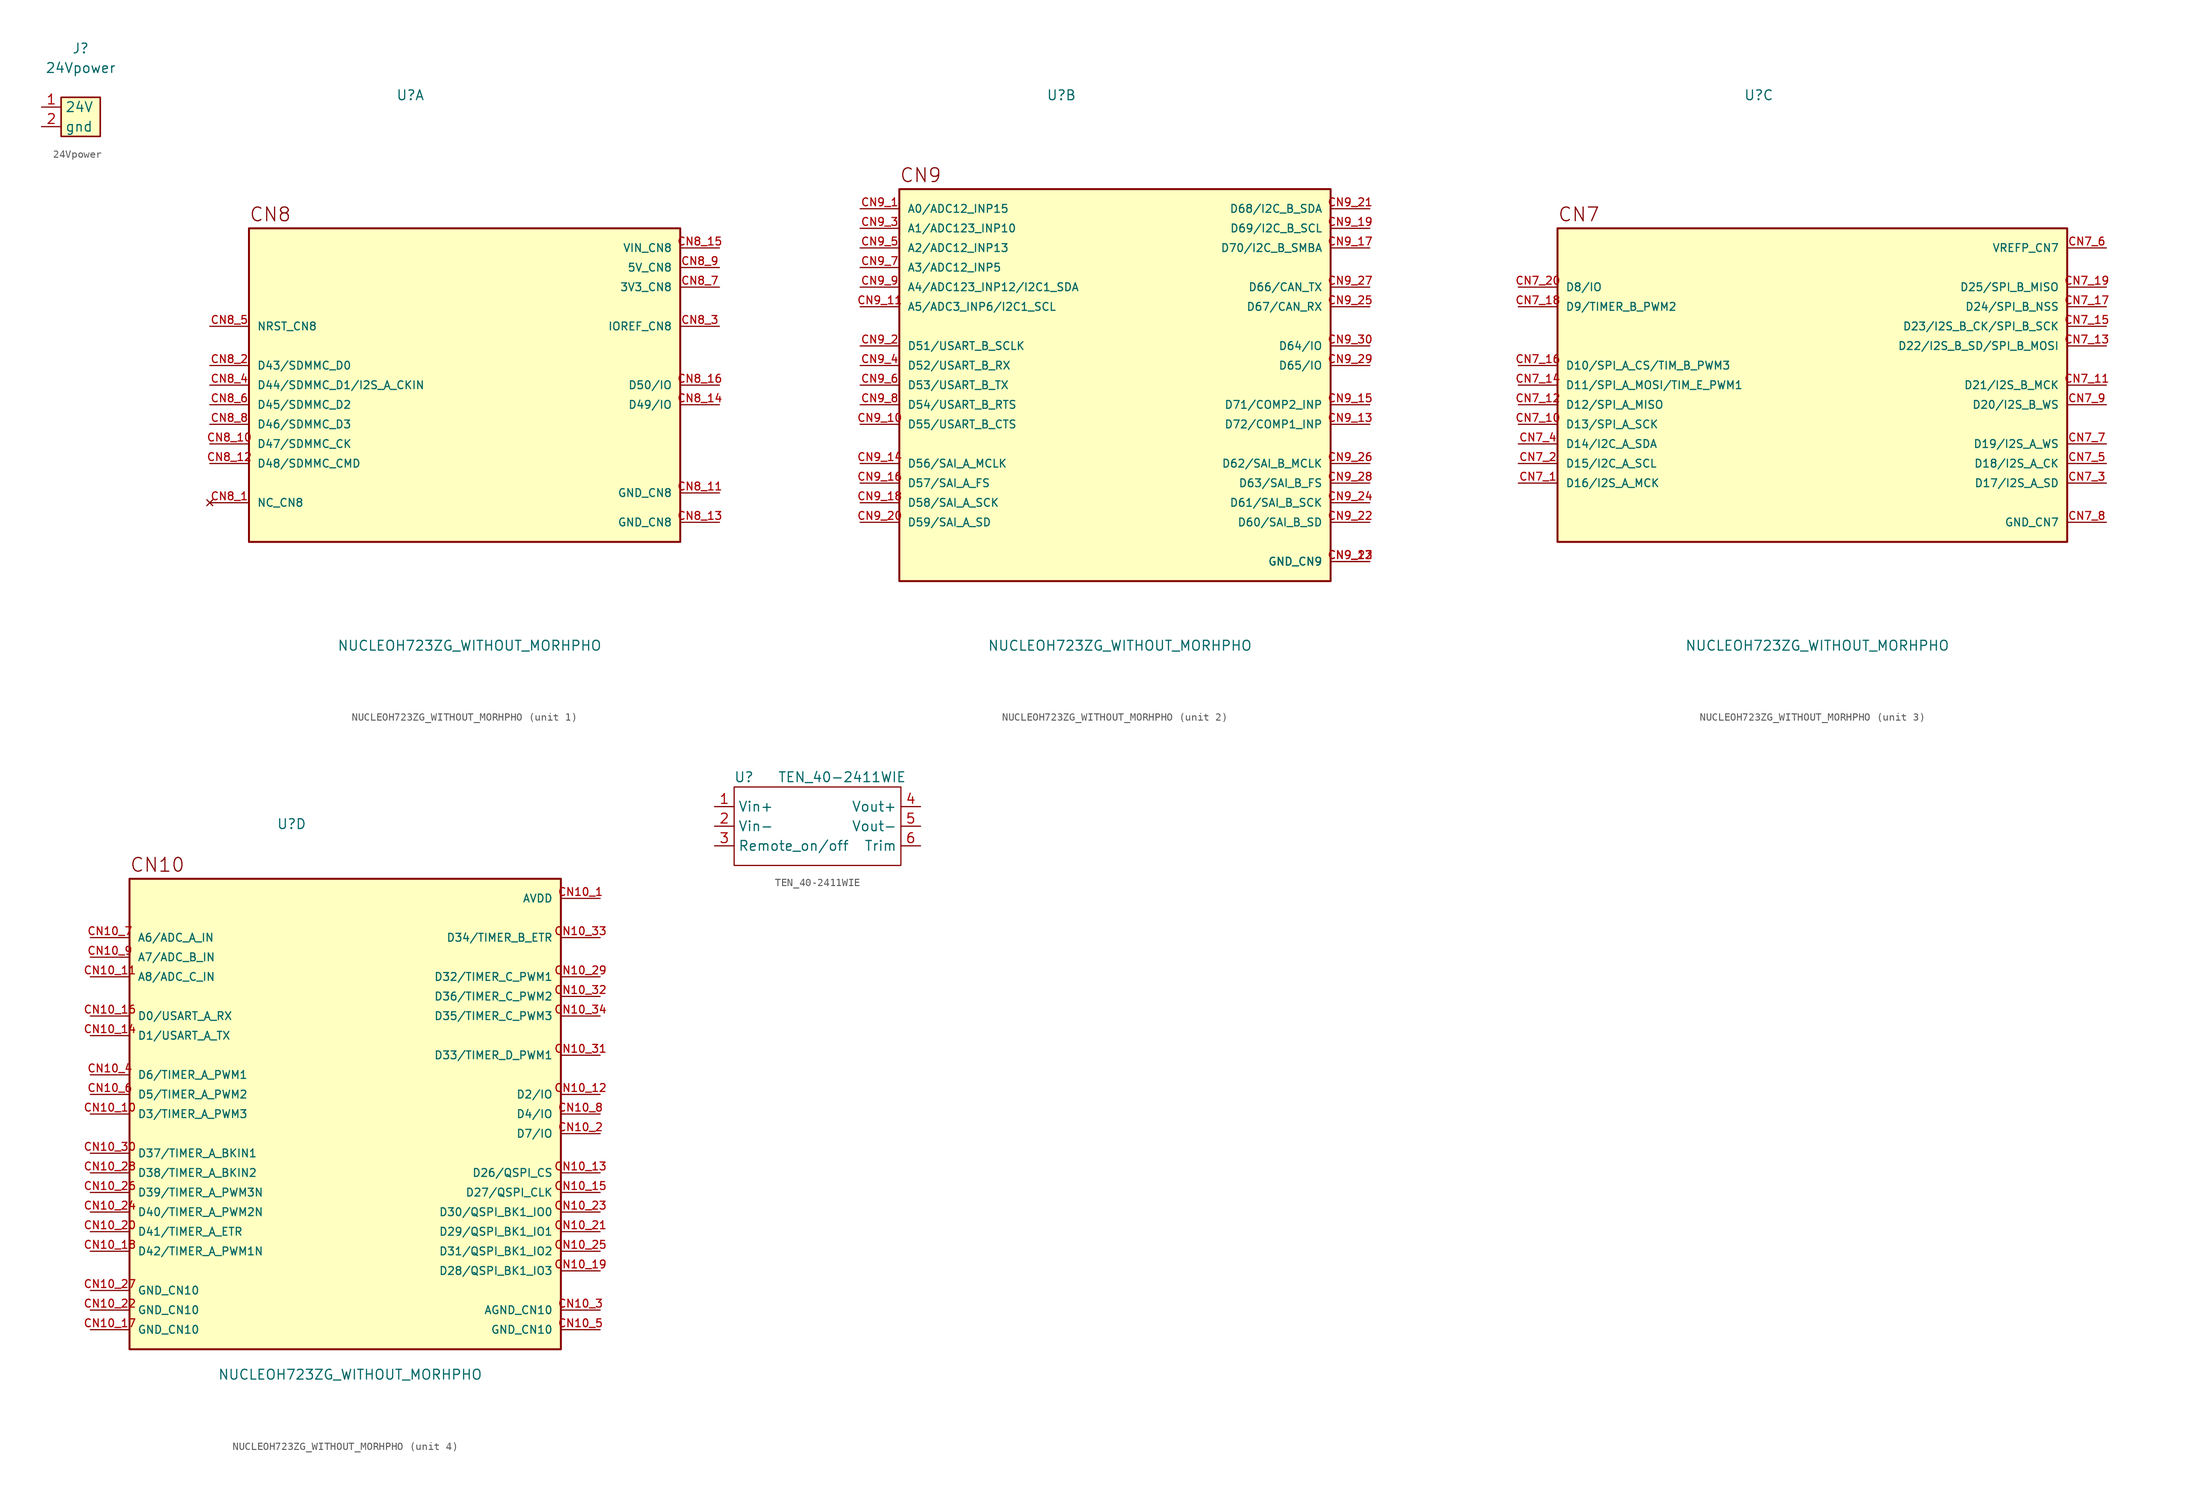
<source format=kicad_sym>
(kicad_symbol_lib
  (version 20220914)
  (generator kicad_symbol_editor)
  (symbol "24Vpower"
    (property "Reference" "J"
      (at 0 8.89 0)
      (effects (font (size 1.27 1.27))))
    (property "Value" "24Vpower"
      (at 0 6.35 0)
      (effects (font (size 1.27 1.27))))
    (symbol "24Vpower_1_1"
      (rectangle (start -2.54 2.54) (end 2.54 -2.54) (stroke (width 0.2) (type default)) (fill (type background)))
      (pin power_out line (at -5.08 1.27 0) (length 2.54) (name "24V" (effects (font (size 1.27 1.27)))) (number "1" (effects (font (size 1.27 1.27)))))
      (pin passive line (at -5.08 -1.27 0) (length 2.54) (name "gnd" (effects (font (size 1.27 1.27)))) (number "2" (effects (font (size 1.27 1.27)))))))
  (symbol "NUCLEOH723ZG_WITHOUT_MORHPHO"
    (pin_names
      (offset 1.016))
    (property "Reference" "U"
      (at -8.89 36.83 0)
      (effects (font (size 1.27 1.27)) (justify left bottom)))
    (property "Value" "NUCLEOH723ZG_WITHOUT_MORHPHO"
      (at -16.51 -33.02 0)
      (effects (font (size 1.27 1.27)) (justify left top)))
    (symbol "NUCLEOH723ZG_WITHOUT_MORHPHO_1_0"
      (unit_name "CN8")
      (rectangle (start -27.94 -20.32) (end 27.94 20.32) (stroke (width 0.254) (type default)) (fill (type background)))
      (text "CN8" (at -27.94 21.082 0) (effects (font (size 1.778 1.778)) (justify left bottom)))
      (pin no_connect line (at -33.02 -15.24 0) (length 5.08) (name "NC_CN8" (effects (font (size 1.016 1.016)))) (number "CN8_1" (effects (font (size 1.016 1.016)))))
      (pin bidirectional line (at -33.02 -7.62 0) (length 5.08) (name "D47/SDMMC_CK" (effects (font (size 1.016 1.016)))) (number "CN8_10" (effects (font (size 1.016 1.016)))))
      (pin power_in line (at 33.02 -13.97 180) (length 5.08) (name "GND_CN8" (effects (font (size 1.016 1.016)))) (number "CN8_11" (effects (font (size 1.016 1.016)))))
      (pin bidirectional line (at -33.02 -10.16 0) (length 5.08) (name "D48/SDMMC_CMD" (effects (font (size 1.016 1.016)))) (number "CN8_12" (effects (font (size 1.016 1.016)))))
      (pin power_in line (at 33.02 -17.78 180) (length 5.08) (name "GND_CN8" (effects (font (size 1.016 1.016)))) (number "CN8_13" (effects (font (size 1.016 1.016)))))
      (pin bidirectional line (at 33.02 -2.54 180) (length 5.08) (name "D49/IO" (effects (font (size 1.016 1.016)))) (number "CN8_14" (effects (font (size 1.016 1.016)))))
      (pin power_in line (at 33.02 17.78 180) (length 5.08) (name "VIN_CN8" (effects (font (size 1.016 1.016)))) (number "CN8_15" (effects (font (size 1.016 1.016)))))
      (pin bidirectional line (at 33.02 0 180) (length 5.08) (name "D50/IO" (effects (font (size 1.016 1.016)))) (number "CN8_16" (effects (font (size 1.016 1.016)))))
      (pin bidirectional line (at -33.02 2.54 0) (length 5.08) (name "D43/SDMMC_D0" (effects (font (size 1.016 1.016)))) (number "CN8_2" (effects (font (size 1.016 1.016)))))
      (pin bidirectional line (at 33.02 7.62 180) (length 5.08) (name "IOREF_CN8" (effects (font (size 1.016 1.016)))) (number "CN8_3" (effects (font (size 1.016 1.016)))))
      (pin bidirectional line (at -33.02 0 0) (length 5.08) (name "D44/SDMMC_D1/I2S_A_CKIN" (effects (font (size 1.016 1.016)))) (number "CN8_4" (effects (font (size 1.016 1.016)))))
      (pin input line (at -33.02 7.62 0) (length 5.08) (name "NRST_CN8" (effects (font (size 1.016 1.016)))) (number "CN8_5" (effects (font (size 1.016 1.016)))))
      (pin bidirectional line (at -33.02 -2.54 0) (length 5.08) (name "D45/SDMMC_D2" (effects (font (size 1.016 1.016)))) (number "CN8_6" (effects (font (size 1.016 1.016)))))
      (pin power_in line (at 33.02 12.7 180) (length 5.08) (name "3V3_CN8" (effects (font (size 1.016 1.016)))) (number "CN8_7" (effects (font (size 1.016 1.016)))))
      (pin bidirectional line (at -33.02 -5.08 0) (length 5.08) (name "D46/SDMMC_D3" (effects (font (size 1.016 1.016)))) (number "CN8_8" (effects (font (size 1.016 1.016)))))
      (pin power_in line (at 33.02 15.24 180) (length 5.08) (name "5V_CN8" (effects (font (size 1.016 1.016)))) (number "CN8_9" (effects (font (size 1.016 1.016))))))
    (symbol "NUCLEOH723ZG_WITHOUT_MORHPHO_2_0"
      (unit_name "CN9")
      (rectangle (start -27.94 -25.4) (end 27.94 25.4) (stroke (width 0.254) (type default)) (fill (type background)))
      (text "CN9" (at -27.94 26.162 0) (effects (font (size 1.778 1.778)) (justify left bottom)))
      (pin input line (at -33.02 22.86 0) (length 5.08) (name "A0/ADC12_INP15" (effects (font (size 1.016 1.016)))) (number "CN9_1" (effects (font (size 1.016 1.016)))))
      (pin bidirectional line (at -33.02 -5.08 0) (length 5.08) (name "D55/USART_B_CTS" (effects (font (size 1.016 1.016)))) (number "CN9_10" (effects (font (size 1.016 1.016)))))
      (pin input line (at -33.02 10.16 0) (length 5.08) (name "A5/ADC3_INP6/I2C1_SCL" (effects (font (size 1.016 1.016)))) (number "CN9_11" (effects (font (size 1.016 1.016)))))
      (pin power_in line (at 33.02 -22.86 180) (length 5.08) (name "GND_CN9" (effects (font (size 1.016 1.016)))) (number "CN9_12" (effects (font (size 1.016 1.016)))))
      (pin bidirectional line (at 33.02 -5.08 180) (length 5.08) (name "D72/COMP1_INP" (effects (font (size 1.016 1.016)))) (number "CN9_13" (effects (font (size 1.016 1.016)))))
      (pin bidirectional line (at -33.02 -10.16 0) (length 5.08) (name "D56/SAI_A_MCLK" (effects (font (size 1.016 1.016)))) (number "CN9_14" (effects (font (size 1.016 1.016)))))
      (pin bidirectional line (at 33.02 -2.54 180) (length 5.08) (name "D71/COMP2_INP" (effects (font (size 1.016 1.016)))) (number "CN9_15" (effects (font (size 1.016 1.016)))))
      (pin bidirectional line (at -33.02 -12.7 0) (length 5.08) (name "D57/SAI_A_FS" (effects (font (size 1.016 1.016)))) (number "CN9_16" (effects (font (size 1.016 1.016)))))
      (pin bidirectional line (at 33.02 17.78 180) (length 5.08) (name "D70/I2C_B_SMBA" (effects (font (size 1.016 1.016)))) (number "CN9_17" (effects (font (size 1.016 1.016)))))
      (pin bidirectional line (at -33.02 -15.24 0) (length 5.08) (name "D58/SAI_A_SCK" (effects (font (size 1.016 1.016)))) (number "CN9_18" (effects (font (size 1.016 1.016)))))
      (pin bidirectional line (at 33.02 20.32 180) (length 5.08) (name "D69/I2C_B_SCL" (effects (font (size 1.016 1.016)))) (number "CN9_19" (effects (font (size 1.016 1.016)))))
      (pin bidirectional line (at -33.02 5.08 0) (length 5.08) (name "D51/USART_B_SCLK" (effects (font (size 1.016 1.016)))) (number "CN9_2" (effects (font (size 1.016 1.016)))))
      (pin bidirectional line (at -33.02 -17.78 0) (length 5.08) (name "D59/SAI_A_SD" (effects (font (size 1.016 1.016)))) (number "CN9_20" (effects (font (size 1.016 1.016)))))
      (pin bidirectional line (at 33.02 22.86 180) (length 5.08) (name "D68/I2C_B_SDA" (effects (font (size 1.016 1.016)))) (number "CN9_21" (effects (font (size 1.016 1.016)))))
      (pin bidirectional line (at 33.02 -17.78 180) (length 5.08) (name "D60/SAI_B_SD" (effects (font (size 1.016 1.016)))) (number "CN9_22" (effects (font (size 1.016 1.016)))))
      (pin power_in line (at 33.02 -22.86 180) (length 5.08) (name "GND_CN9" (effects (font (size 1.016 1.016)))) (number "CN9_23" (effects (font (size 1.016 1.016)))))
      (pin bidirectional line (at 33.02 -15.24 180) (length 5.08) (name "D61/SAI_B_SCK" (effects (font (size 1.016 1.016)))) (number "CN9_24" (effects (font (size 1.016 1.016)))))
      (pin input line (at 33.02 10.16 180) (length 5.08) (name "D67/CAN_RX" (effects (font (size 1.016 1.016)))) (number "CN9_25" (effects (font (size 1.016 1.016)))))
      (pin bidirectional line (at 33.02 -10.16 180) (length 5.08) (name "D62/SAI_B_MCLK" (effects (font (size 1.016 1.016)))) (number "CN9_26" (effects (font (size 1.016 1.016)))))
      (pin output line (at 33.02 12.7 180) (length 5.08) (name "D66/CAN_TX" (effects (font (size 1.016 1.016)))) (number "CN9_27" (effects (font (size 1.016 1.016)))))
      (pin bidirectional line (at 33.02 -12.7 180) (length 5.08) (name "D63/SAI_B_FS" (effects (font (size 1.016 1.016)))) (number "CN9_28" (effects (font (size 1.016 1.016)))))
      (pin bidirectional line (at 33.02 2.54 180) (length 5.08) (name "D65/IO" (effects (font (size 1.016 1.016)))) (number "CN9_29" (effects (font (size 1.016 1.016)))))
      (pin input line (at -33.02 20.32 0) (length 5.08) (name "A1/ADC123_INP10" (effects (font (size 1.016 1.016)))) (number "CN9_3" (effects (font (size 1.016 1.016)))))
      (pin bidirectional line (at 33.02 5.08 180) (length 5.08) (name "D64/IO" (effects (font (size 1.016 1.016)))) (number "CN9_30" (effects (font (size 1.016 1.016)))))
      (pin bidirectional line (at -33.02 2.54 0) (length 5.08) (name "D52/USART_B_RX" (effects (font (size 1.016 1.016)))) (number "CN9_4" (effects (font (size 1.016 1.016)))))
      (pin input line (at -33.02 17.78 0) (length 5.08) (name "A2/ADC12_INP13" (effects (font (size 1.016 1.016)))) (number "CN9_5" (effects (font (size 1.016 1.016)))))
      (pin bidirectional line (at -33.02 0 0) (length 5.08) (name "D53/USART_B_TX" (effects (font (size 1.016 1.016)))) (number "CN9_6" (effects (font (size 1.016 1.016)))))
      (pin input line (at -33.02 15.24 0) (length 5.08) (name "A3/ADC12_INP5" (effects (font (size 1.016 1.016)))) (number "CN9_7" (effects (font (size 1.016 1.016)))))
      (pin bidirectional line (at -33.02 -2.54 0) (length 5.08) (name "D54/USART_B_RTS" (effects (font (size 1.016 1.016)))) (number "CN9_8" (effects (font (size 1.016 1.016)))))
      (pin input line (at -33.02 12.7 0) (length 5.08) (name "A4/ADC123_INP12/I2C1_SDA" (effects (font (size 1.016 1.016)))) (number "CN9_9" (effects (font (size 1.016 1.016))))))
    (symbol "NUCLEOH723ZG_WITHOUT_MORHPHO_3_0"
      (unit_name "CN7")
      (rectangle (start -33.02 -20.32) (end 33.02 20.32) (stroke (width 0.254) (type default)) (fill (type background)))
      (text "CN7" (at -33.02 21.082 0) (effects (font (size 1.778 1.778)) (justify left bottom)))
      (pin bidirectional line (at -38.1 -12.7 0) (length 5.08) (name "D16/I2S_A_MCK" (effects (font (size 1.016 1.016)))) (number "CN7_1" (effects (font (size 1.016 1.016)))))
      (pin bidirectional line (at -38.1 -5.08 0) (length 5.08) (name "D13/SPI_A_SCK" (effects (font (size 1.016 1.016)))) (number "CN7_10" (effects (font (size 1.016 1.016)))))
      (pin bidirectional line (at 38.1 0 180) (length 5.08) (name "D21/I2S_B_MCK" (effects (font (size 1.016 1.016)))) (number "CN7_11" (effects (font (size 1.016 1.016)))))
      (pin bidirectional line (at -38.1 -2.54 0) (length 5.08) (name "D12/SPI_A_MISO" (effects (font (size 1.016 1.016)))) (number "CN7_12" (effects (font (size 1.016 1.016)))))
      (pin bidirectional line (at 38.1 5.08 180) (length 5.08) (name "D22/I2S_B_SD/SPI_B_MOSI" (effects (font (size 1.016 1.016)))) (number "CN7_13" (effects (font (size 1.016 1.016)))))
      (pin bidirectional line (at -38.1 0 0) (length 5.08) (name "D11/SPI_A_MOSI/TIM_E_PWM1" (effects (font (size 1.016 1.016)))) (number "CN7_14" (effects (font (size 1.016 1.016)))))
      (pin bidirectional line (at 38.1 7.62 180) (length 5.08) (name "D23/I2S_B_CK/SPI_B_SCK" (effects (font (size 1.016 1.016)))) (number "CN7_15" (effects (font (size 1.016 1.016)))))
      (pin bidirectional line (at -38.1 2.54 0) (length 5.08) (name "D10/SPI_A_CS/TIM_B_PWM3" (effects (font (size 1.016 1.016)))) (number "CN7_16" (effects (font (size 1.016 1.016)))))
      (pin bidirectional line (at 38.1 10.16 180) (length 5.08) (name "D24/SPI_B_NSS" (effects (font (size 1.016 1.016)))) (number "CN7_17" (effects (font (size 1.016 1.016)))))
      (pin bidirectional line (at -38.1 10.16 0) (length 5.08) (name "D9/TIMER_B_PWM2" (effects (font (size 1.016 1.016)))) (number "CN7_18" (effects (font (size 1.016 1.016)))))
      (pin bidirectional line (at 38.1 12.7 180) (length 5.08) (name "D25/SPI_B_MISO" (effects (font (size 1.016 1.016)))) (number "CN7_19" (effects (font (size 1.016 1.016)))))
      (pin bidirectional line (at -38.1 -10.16 0) (length 5.08) (name "D15/I2C_A_SCL" (effects (font (size 1.016 1.016)))) (number "CN7_2" (effects (font (size 1.016 1.016)))))
      (pin bidirectional line (at -38.1 12.7 0) (length 5.08) (name "D8/IO" (effects (font (size 1.016 1.016)))) (number "CN7_20" (effects (font (size 1.016 1.016)))))
      (pin bidirectional line (at 38.1 -12.7 180) (length 5.08) (name "D17/I2S_A_SD" (effects (font (size 1.016 1.016)))) (number "CN7_3" (effects (font (size 1.016 1.016)))))
      (pin bidirectional line (at -38.1 -7.62 0) (length 5.08) (name "D14/I2C_A_SDA" (effects (font (size 1.016 1.016)))) (number "CN7_4" (effects (font (size 1.016 1.016)))))
      (pin bidirectional line (at 38.1 -10.16 180) (length 5.08) (name "D18/I2S_A_CK" (effects (font (size 1.016 1.016)))) (number "CN7_5" (effects (font (size 1.016 1.016)))))
      (pin power_in line (at 38.1 17.78 180) (length 5.08) (name "VREFP_CN7" (effects (font (size 1.016 1.016)))) (number "CN7_6" (effects (font (size 1.016 1.016)))))
      (pin bidirectional line (at 38.1 -7.62 180) (length 5.08) (name "D19/I2S_A_WS" (effects (font (size 1.016 1.016)))) (number "CN7_7" (effects (font (size 1.016 1.016)))))
      (pin power_in line (at 38.1 -17.78 180) (length 5.08) (name "GND_CN7" (effects (font (size 1.016 1.016)))) (number "CN7_8" (effects (font (size 1.016 1.016)))))
      (pin bidirectional line (at 38.1 -2.54 180) (length 5.08) (name "D20/I2S_B_WS" (effects (font (size 1.016 1.016)))) (number "CN7_9" (effects (font (size 1.016 1.016))))))
    (symbol "NUCLEOH723ZG_WITHOUT_MORHPHO_4_0"
      (unit_name "CN10")
      (rectangle (start -27.94 -30.48) (end 27.94 30.48) (stroke (width 0.254) (type default)) (fill (type background)))
      (text "CN10" (at -27.94 31.242 0) (effects (font (size 1.778 1.778)) (justify left bottom)))
      (pin power_in line (at 33.02 27.94 180) (length 5.08) (name "AVDD" (effects (font (size 1.016 1.016)))) (number "CN10_1" (effects (font (size 1.016 1.016)))))
      (pin bidirectional line (at -33.02 0 0) (length 5.08) (name "D3/TIMER_A_PWM3" (effects (font (size 1.016 1.016)))) (number "CN10_10" (effects (font (size 1.016 1.016)))))
      (pin input line (at -33.02 17.78 0) (length 5.08) (name "A8/ADC_C_IN" (effects (font (size 1.016 1.016)))) (number "CN10_11" (effects (font (size 1.016 1.016)))))
      (pin bidirectional line (at 33.02 2.54 180) (length 5.08) (name "D2/IO" (effects (font (size 1.016 1.016)))) (number "CN10_12" (effects (font (size 1.016 1.016)))))
      (pin bidirectional line (at 33.02 -7.62 180) (length 5.08) (name "D26/QSPI_CS" (effects (font (size 1.016 1.016)))) (number "CN10_13" (effects (font (size 1.016 1.016)))))
      (pin output line (at -33.02 10.16 0) (length 5.08) (name "D1/USART_A_TX" (effects (font (size 1.016 1.016)))) (number "CN10_14" (effects (font (size 1.016 1.016)))))
      (pin bidirectional line (at 33.02 -10.16 180) (length 5.08) (name "D27/QSPI_CLK" (effects (font (size 1.016 1.016)))) (number "CN10_15" (effects (font (size 1.016 1.016)))))
      (pin input line (at -33.02 12.7 0) (length 5.08) (name "D0/USART_A_RX" (effects (font (size 1.016 1.016)))) (number "CN10_16" (effects (font (size 1.016 1.016)))))
      (pin power_in line (at -33.02 -27.94 0) (length 5.08) (name "GND_CN10" (effects (font (size 1.016 1.016)))) (number "CN10_17" (effects (font (size 1.016 1.016)))))
      (pin bidirectional line (at -33.02 -17.78 0) (length 5.08) (name "D42/TIMER_A_PWM1N" (effects (font (size 1.016 1.016)))) (number "CN10_18" (effects (font (size 1.016 1.016)))))
      (pin bidirectional line (at 33.02 -20.32 180) (length 5.08) (name "D28/QSPI_BK1_IO3" (effects (font (size 1.016 1.016)))) (number "CN10_19" (effects (font (size 1.016 1.016)))))
      (pin bidirectional line (at 33.02 -2.54 180) (length 5.08) (name "D7/IO" (effects (font (size 1.016 1.016)))) (number "CN10_2" (effects (font (size 1.016 1.016)))))
      (pin bidirectional line (at -33.02 -15.24 0) (length 5.08) (name "D41/TIMER_A_ETR" (effects (font (size 1.016 1.016)))) (number "CN10_20" (effects (font (size 1.016 1.016)))))
      (pin bidirectional line (at 33.02 -15.24 180) (length 5.08) (name "D29/QSPI_BK1_IO1" (effects (font (size 1.016 1.016)))) (number "CN10_21" (effects (font (size 1.016 1.016)))))
      (pin power_in line (at -33.02 -25.4 0) (length 5.08) (name "GND_CN10" (effects (font (size 1.016 1.016)))) (number "CN10_22" (effects (font (size 1.016 1.016)))))
      (pin bidirectional line (at 33.02 -12.7 180) (length 5.08) (name "D30/QSPI_BK1_IO0" (effects (font (size 1.016 1.016)))) (number "CN10_23" (effects (font (size 1.016 1.016)))))
      (pin bidirectional line (at -33.02 -12.7 0) (length 5.08) (name "D40/TIMER_A_PWM2N" (effects (font (size 1.016 1.016)))) (number "CN10_24" (effects (font (size 1.016 1.016)))))
      (pin bidirectional line (at 33.02 -17.78 180) (length 5.08) (name "D31/QSPI_BK1_IO2" (effects (font (size 1.016 1.016)))) (number "CN10_25" (effects (font (size 1.016 1.016)))))
      (pin bidirectional line (at -33.02 -10.16 0) (length 5.08) (name "D39/TIMER_A_PWM3N" (effects (font (size 1.016 1.016)))) (number "CN10_26" (effects (font (size 1.016 1.016)))))
      (pin power_in line (at -33.02 -22.86 0) (length 5.08) (name "GND_CN10" (effects (font (size 1.016 1.016)))) (number "CN10_27" (effects (font (size 1.016 1.016)))))
      (pin bidirectional line (at -33.02 -7.62 0) (length 5.08) (name "D38/TIMER_A_BKIN2" (effects (font (size 1.016 1.016)))) (number "CN10_28" (effects (font (size 1.016 1.016)))))
      (pin bidirectional line (at 33.02 17.78 180) (length 5.08) (name "D32/TIMER_C_PWM1" (effects (font (size 1.016 1.016)))) (number "CN10_29" (effects (font (size 1.016 1.016)))))
      (pin power_in line (at 33.02 -25.4 180) (length 5.08) (name "AGND_CN10" (effects (font (size 1.016 1.016)))) (number "CN10_3" (effects (font (size 1.016 1.016)))))
      (pin bidirectional line (at -33.02 -5.08 0) (length 5.08) (name "D37/TIMER_A_BKIN1" (effects (font (size 1.016 1.016)))) (number "CN10_30" (effects (font (size 1.016 1.016)))))
      (pin bidirectional line (at 33.02 7.62 180) (length 5.08) (name "D33/TIMER_D_PWM1" (effects (font (size 1.016 1.016)))) (number "CN10_31" (effects (font (size 1.016 1.016)))))
      (pin bidirectional line (at 33.02 15.24 180) (length 5.08) (name "D36/TIMER_C_PWM2" (effects (font (size 1.016 1.016)))) (number "CN10_32" (effects (font (size 1.016 1.016)))))
      (pin bidirectional line (at 33.02 22.86 180) (length 5.08) (name "D34/TIMER_B_ETR" (effects (font (size 1.016 1.016)))) (number "CN10_33" (effects (font (size 1.016 1.016)))))
      (pin bidirectional line (at 33.02 12.7 180) (length 5.08) (name "D35/TIMER_C_PWM3" (effects (font (size 1.016 1.016)))) (number "CN10_34" (effects (font (size 1.016 1.016)))))
      (pin bidirectional line (at -33.02 5.08 0) (length 5.08) (name "D6/TIMER_A_PWM1" (effects (font (size 1.016 1.016)))) (number "CN10_4" (effects (font (size 1.016 1.016)))))
      (pin power_in line (at 33.02 -27.94 180) (length 5.08) (name "GND_CN10" (effects (font (size 1.016 1.016)))) (number "CN10_5" (effects (font (size 1.016 1.016)))))
      (pin bidirectional line (at -33.02 2.54 0) (length 5.08) (name "D5/TIMER_A_PWM2" (effects (font (size 1.016 1.016)))) (number "CN10_6" (effects (font (size 1.016 1.016)))))
      (pin input line (at -33.02 22.86 0) (length 5.08) (name "A6/ADC_A_IN" (effects (font (size 1.016 1.016)))) (number "CN10_7" (effects (font (size 1.016 1.016)))))
      (pin bidirectional line (at 33.02 0 180) (length 5.08) (name "D4/IO" (effects (font (size 1.016 1.016)))) (number "CN10_8" (effects (font (size 1.016 1.016)))))
      (pin input line (at -33.02 20.32 0) (length 5.08) (name "A7/ADC_B_IN" (effects (font (size 1.016 1.016)))) (number "CN10_9" (effects (font (size 1.016 1.016)))))))
  (symbol "TEN_40-2411WIE"
    (property "Reference" "U"
      (at -2.54 0 0)
      (effects (font (size 1.27 1.27))))
    (property "Value" "TEN_40-2411WIE"
      (at 10.16 0 0)
      (effects (font (size 1.27 1.27))))
    (symbol "TEN_40-2411WIE_0_1"
      (rectangle (start -3.81 -1.27) (end 17.78 -11.43) (stroke (width 0) (type default)) (fill (type none))))
    (symbol "TEN_40-2411WIE_1_1"
      (pin power_in line (at -6.35 -3.81 0) (length 2.54) (name "Vin+" (effects (font (size 1.27 1.27)))) (number "1" (effects (font (size 1.27 1.27)))))
      (pin power_in line (at -6.35 -6.35 0) (length 2.54) (name "Vin-" (effects (font (size 1.27 1.27)))) (number "2" (effects (font (size 1.27 1.27)))))
      (pin input line (at -6.35 -8.89 0) (length 2.54) (name "Remote_on/off" (effects (font (size 1.27 1.27)))) (number "3" (effects (font (size 1.27 1.27)))))
      (pin power_out line (at 20.32 -3.81 180) (length 2.54) (name "Vout+" (effects (font (size 1.27 1.27)))) (number "4" (effects (font (size 1.27 1.27)))))
      (pin power_out line (at 20.32 -6.35 180) (length 2.54) (name "Vout-" (effects (font (size 1.27 1.27)))) (number "5" (effects (font (size 1.27 1.27)))))
      (pin unspecified line (at 20.32 -8.89 180) (length 2.54) (name "Trim" (effects (font (size 1.27 1.27)))) (number "6" (effects (font (size 1.27 1.27))))))))
</source>
